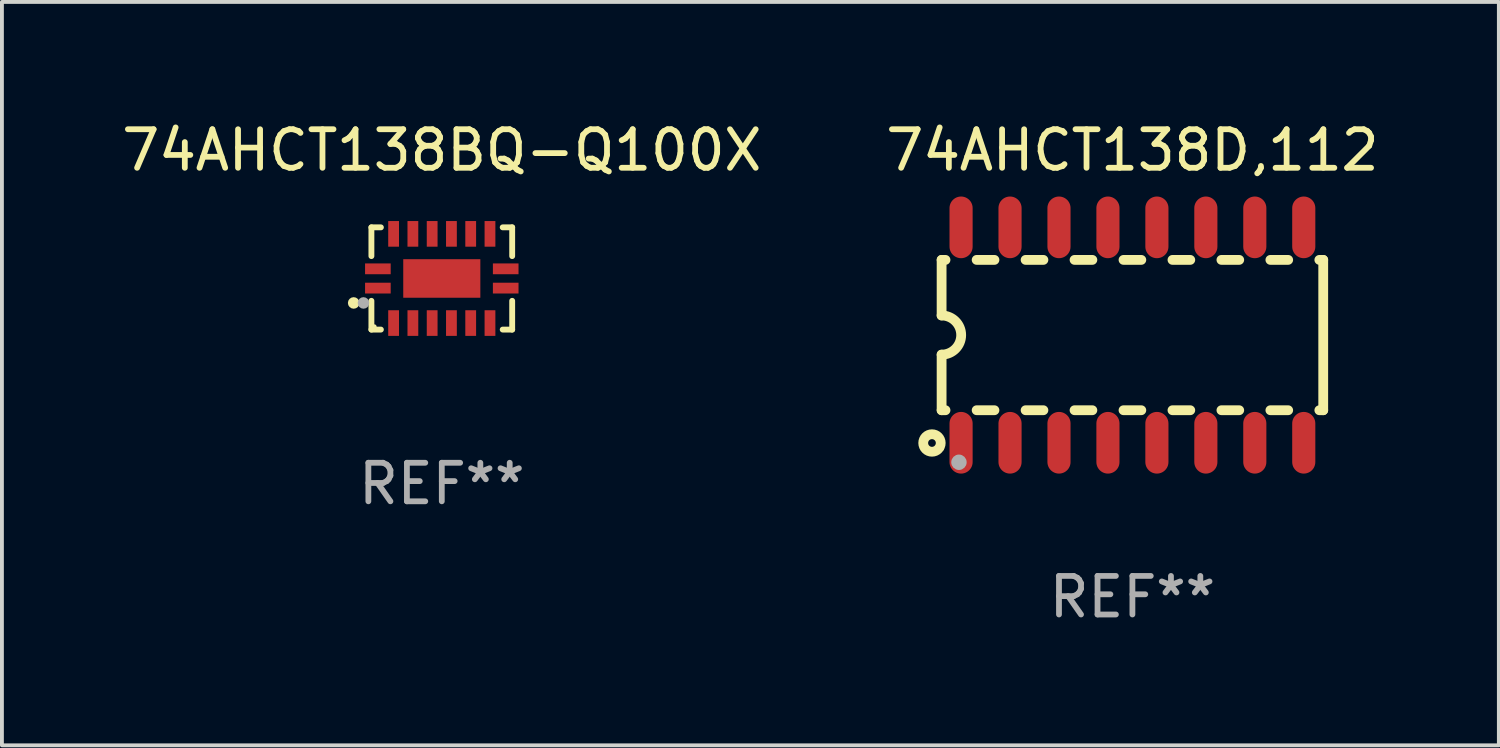
<source format=kicad_pcb>
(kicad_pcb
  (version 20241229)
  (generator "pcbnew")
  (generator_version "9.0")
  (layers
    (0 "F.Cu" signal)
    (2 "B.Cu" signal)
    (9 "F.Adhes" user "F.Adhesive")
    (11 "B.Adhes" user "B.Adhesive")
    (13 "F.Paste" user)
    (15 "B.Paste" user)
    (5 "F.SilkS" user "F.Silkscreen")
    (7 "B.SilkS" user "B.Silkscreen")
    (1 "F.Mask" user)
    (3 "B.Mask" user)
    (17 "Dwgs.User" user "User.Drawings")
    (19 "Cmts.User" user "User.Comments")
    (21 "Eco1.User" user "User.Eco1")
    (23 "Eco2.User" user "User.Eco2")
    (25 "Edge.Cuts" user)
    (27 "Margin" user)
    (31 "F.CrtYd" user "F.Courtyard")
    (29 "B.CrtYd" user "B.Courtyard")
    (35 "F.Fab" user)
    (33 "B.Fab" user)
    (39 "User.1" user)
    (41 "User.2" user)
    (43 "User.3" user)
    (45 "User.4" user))
  (footprint "74AHCT138BQ-Q100X"
    (layer "F.Cu")
    (at 8.411 4.174)
    (property "Reference" "74AHCT138BQ-Q100X" (at 0 -3.326 0) (layer "F.SilkS") (effects (font (size 1 1) (thickness 0.15))))
    (attr through_hole)
    (fp_line (start -1.826 -1.326) (end -1.58 -1.326) (stroke (width 0.152) (type solid)) (layer "F.SilkS"))
    (fp_line (start -1.826 -0.58) (end -1.826 -1.326) (stroke (width 0.152) (type solid)) (layer "F.SilkS"))
    (fp_line (start -1.826 0.58) (end -1.826 1.326) (stroke (width 0.152) (type solid)) (layer "F.SilkS"))
    (fp_line (start -1.826 1.326) (end -1.58 1.326) (stroke (width 0.152) (type solid)) (layer "F.SilkS"))
    (fp_line (start 1.826 -1.326) (end 1.58 -1.326) (stroke (width 0.152) (type solid)) (layer "F.SilkS"))
    (fp_line (start 1.826 -0.58) (end 1.826 -1.326) (stroke (width 0.152) (type solid)) (layer "F.SilkS"))
    (fp_line (start 1.826 0.58) (end 1.826 1.326) (stroke (width 0.152) (type solid)) (layer "F.SilkS"))
    (fp_line (start 1.826 1.326) (end 1.58 1.326) (stroke (width 0.152) (type solid)) (layer "F.SilkS"))
    (fp_circle (center -2.286 0.635) (end -2.211 0.635) (stroke (width 0.15) (type solid)) (fill no) (layer "F.SilkS"))
    (fp_circle (center -1.75 1.25) (end -1.72 1.25) (stroke (width 0.06) (type solid)) (fill no) (layer "F.SilkS"))
    (fp_circle (center -2.032 0.635) (end -1.957 0.635) (stroke (width 0.15) (type solid)) (fill no) (layer "F.Fab"))
    (fp_text user "REF**" (at 0 5.326 0) (layer "F.Fab") (effects (font (size 1 1) (thickness 0.15))))
    (pad "1" smd rect (at -1.658 0.25) (size 0.665 0.28) (layers "F.Cu" "F.Mask" "F.Paste"))
    (pad "2" smd rect (at -1.25 1.157) (size 0.28 0.665) (layers "F.Cu" "F.Mask" "F.Paste"))
    (pad "3" smd rect (at -0.75 1.157) (size 0.28 0.665) (layers "F.Cu" "F.Mask" "F.Paste"))
    (pad "4" smd rect (at -0.25 1.157) (size 0.28 0.665) (layers "F.Cu" "F.Mask" "F.Paste"))
    (pad "5" smd rect (at 0.25 1.157) (size 0.28 0.665) (layers "F.Cu" "F.Mask" "F.Paste"))
    (pad "6" smd rect (at 0.75 1.157) (size 0.28 0.665) (layers "F.Cu" "F.Mask" "F.Paste"))
    (pad "7" smd rect (at 1.25 1.157) (size 0.28 0.665) (layers "F.Cu" "F.Mask" "F.Paste"))
    (pad "8" smd rect (at 1.658 0.25) (size 0.665 0.28) (layers "F.Cu" "F.Mask" "F.Paste"))
    (pad "9" smd rect (at 1.658 -0.25) (size 0.665 0.28) (layers "F.Cu" "F.Mask" "F.Paste"))
    (pad "10" smd rect (at 1.25 -1.157) (size 0.28 0.665) (layers "F.Cu" "F.Mask" "F.Paste"))
    (pad "11" smd rect (at 0.75 -1.157) (size 0.28 0.665) (layers "F.Cu" "F.Mask" "F.Paste"))
    (pad "12" smd rect (at 0.25 -1.157) (size 0.28 0.665) (layers "F.Cu" "F.Mask" "F.Paste"))
    (pad "13" smd rect (at -0.25 -1.157) (size 0.28 0.665) (layers "F.Cu" "F.Mask" "F.Paste"))
    (pad "14" smd rect (at -0.75 -1.157) (size 0.28 0.665) (layers "F.Cu" "F.Mask" "F.Paste"))
    (pad "15" smd rect (at -1.25 -1.157) (size 0.28 0.665) (layers "F.Cu" "F.Mask" "F.Paste"))
    (pad "16" smd rect (at -1.658 -0.25) (size 0.665 0.28) (layers "F.Cu" "F.Mask" "F.Paste"))
    (pad "17" smd rect (at 0 0) (size 2 1) (layers "F.Cu" "F.Mask" "F.Paste")))
  (footprint "74AHCT138D,112"
    (layer "F.Cu")
    (at 26.327 5.642)
    (property "Reference" "74AHCT138D,112" (at 0 -4.794 0) (layer "F.SilkS") (effects (font (size 1 1) (thickness 0.15))))
    (attr through_hole)
    (fp_line (start -4.95 -1.95) (end -4.95 -0.508) (stroke (width 0.254) (type solid)) (layer "F.SilkS"))
    (fp_line (start -4.95 -1.95) (end -4.849 -1.95) (stroke (width 0.254) (type solid)) (layer "F.SilkS"))
    (fp_line (start -4.95 1.95) (end -4.95 0.508) (stroke (width 0.254) (type solid)) (layer "F.SilkS"))
    (fp_line (start -4.95 1.95) (end -4.849 1.95) (stroke (width 0.254) (type solid)) (layer "F.SilkS"))
    (fp_line (start -4.041 -1.95) (end -3.579 -1.95) (stroke (width 0.254) (type solid)) (layer "F.SilkS"))
    (fp_line (start -4.041 1.95) (end -3.579 1.95) (stroke (width 0.254) (type solid)) (layer "F.SilkS"))
    (fp_line (start -2.771 -1.95) (end -2.309 -1.95) (stroke (width 0.254) (type solid)) (layer "F.SilkS"))
    (fp_line (start -2.771 1.95) (end -2.309 1.95) (stroke (width 0.254) (type solid)) (layer "F.SilkS"))
    (fp_line (start -1.501 -1.95) (end -1.039 -1.95) (stroke (width 0.254) (type solid)) (layer "F.SilkS"))
    (fp_line (start -1.501 1.95) (end -1.039 1.95) (stroke (width 0.254) (type solid)) (layer "F.SilkS"))
    (fp_line (start -0.231 -1.95) (end 0.231 -1.95) (stroke (width 0.254) (type solid)) (layer "F.SilkS"))
    (fp_line (start -0.231 1.95) (end 0.231 1.95) (stroke (width 0.254) (type solid)) (layer "F.SilkS"))
    (fp_line (start 1.039 -1.95) (end 1.501 -1.95) (stroke (width 0.254) (type solid)) (layer "F.SilkS"))
    (fp_line (start 1.039 1.95) (end 1.501 1.95) (stroke (width 0.254) (type solid)) (layer "F.SilkS"))
    (fp_line (start 2.309 -1.95) (end 2.771 -1.95) (stroke (width 0.254) (type solid)) (layer "F.SilkS"))
    (fp_line (start 2.309 1.95) (end 2.771 1.95) (stroke (width 0.254) (type solid)) (layer "F.SilkS"))
    (fp_line (start 3.579 -1.95) (end 4.041 -1.95) (stroke (width 0.254) (type solid)) (layer "F.SilkS"))
    (fp_line (start 3.579 1.95) (end 4.041 1.95) (stroke (width 0.254) (type solid)) (layer "F.SilkS"))
    (fp_line (start 4.849 -1.95) (end 4.95 -1.95) (stroke (width 0.254) (type solid)) (layer "F.SilkS"))
    (fp_line (start 4.849 1.95) (end 4.95 1.95) (stroke (width 0.254) (type solid)) (layer "F.SilkS"))
    (fp_line (start 4.95 -1.95) (end 4.95 1.95) (stroke (width 0.254) (type solid)) (layer "F.SilkS"))
    (fp_arc (start -4.95047 -0.508001) (mid -4.442469 -0.000228) (end -4.950013 0.508001) (stroke (width 0.254001) (type solid)) (layer "F.SilkS"))
    (fp_circle (center -5.2 2.8) (end -5.1 2.8) (stroke (width 0.254) (type solid)) (fill no) (layer "F.SilkS"))
    (fp_circle (center -4.95 2.947) (end -4.92 2.947) (stroke (width 0.06) (type solid)) (fill no) (layer "F.SilkS"))
    (fp_circle (center -4.5 3.3) (end -4.4 3.3) (stroke (width 0.2) (type solid)) (fill no) (layer "F.Fab"))
    (fp_text user "REF**" (at 0 6.794 0) (layer "F.Fab") (effects (font (size 1 1) (thickness 0.15))))
    (pad "1" smd oval (at -4.445 2.794) (size 0.6 1.6) (layers "F.Cu" "F.Mask" "F.Paste"))
    (pad "2" smd oval (at -3.175 2.794) (size 0.6 1.6) (layers "F.Cu" "F.Mask" "F.Paste"))
    (pad "3" smd oval (at -1.905 2.794) (size 0.6 1.6) (layers "F.Cu" "F.Mask" "F.Paste"))
    (pad "4" smd oval (at -0.635 2.794) (size 0.6 1.6) (layers "F.Cu" "F.Mask" "F.Paste"))
    (pad "5" smd oval (at 0.635 2.794) (size 0.6 1.6) (layers "F.Cu" "F.Mask" "F.Paste"))
    (pad "6" smd oval (at 1.905 2.794) (size 0.6 1.6) (layers "F.Cu" "F.Mask" "F.Paste"))
    (pad "7" smd oval (at 3.175 2.794) (size 0.6 1.6) (layers "F.Cu" "F.Mask" "F.Paste"))
    (pad "8" smd oval (at 4.445 2.794) (size 0.6 1.6) (layers "F.Cu" "F.Mask" "F.Paste"))
    (pad "9" smd oval (at 4.445 -2.794) (size 0.6 1.6) (layers "F.Cu" "F.Mask" "F.Paste"))
    (pad "10" smd oval (at 3.175 -2.794) (size 0.6 1.6) (layers "F.Cu" "F.Mask" "F.Paste"))
    (pad "11" smd oval (at 1.905 -2.794) (size 0.6 1.6) (layers "F.Cu" "F.Mask" "F.Paste"))
    (pad "12" smd oval (at 0.635 -2.794) (size 0.6 1.6) (layers "F.Cu" "F.Mask" "F.Paste"))
    (pad "13" smd oval (at -0.635 -2.794) (size 0.6 1.6) (layers "F.Cu" "F.Mask" "F.Paste"))
    (pad "14" smd oval (at -1.905 -2.794) (size 0.6 1.6) (layers "F.Cu" "F.Mask" "F.Paste"))
    (pad "15" smd oval (at -3.175 -2.794) (size 0.6 1.6) (layers "F.Cu" "F.Mask" "F.Paste"))
    (pad "16" smd oval (at -4.445 -2.794) (size 0.6 1.6) (layers "F.Cu" "F.Mask" "F.Paste")))
  (gr_rect
    (start -3 -3)
    (end 35.833 16.285)
    (stroke (width 0.1) (type default))
    (fill no)
    (layer "Edge.Cuts")))
</source>
